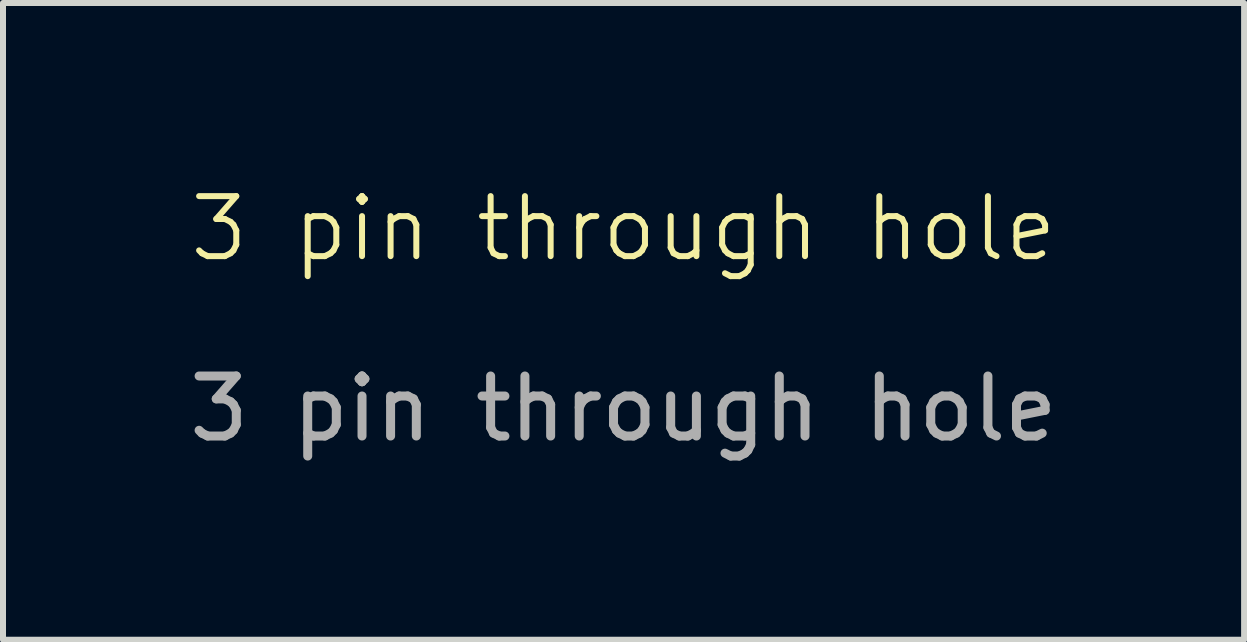
<source format=kicad_pcb>
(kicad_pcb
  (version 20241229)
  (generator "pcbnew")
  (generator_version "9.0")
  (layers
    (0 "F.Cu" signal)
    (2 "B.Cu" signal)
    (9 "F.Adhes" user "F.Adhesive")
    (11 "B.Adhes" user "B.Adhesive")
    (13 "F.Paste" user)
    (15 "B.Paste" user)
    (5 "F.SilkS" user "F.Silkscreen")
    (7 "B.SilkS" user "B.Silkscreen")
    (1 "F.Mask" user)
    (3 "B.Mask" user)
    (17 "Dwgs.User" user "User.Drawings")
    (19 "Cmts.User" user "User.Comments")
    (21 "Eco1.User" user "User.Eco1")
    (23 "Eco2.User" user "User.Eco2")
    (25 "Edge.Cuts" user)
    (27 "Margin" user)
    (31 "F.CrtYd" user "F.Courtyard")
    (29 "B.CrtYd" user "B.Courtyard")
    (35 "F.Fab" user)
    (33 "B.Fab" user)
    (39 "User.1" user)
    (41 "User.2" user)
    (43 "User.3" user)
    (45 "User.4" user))
  (footprint "3 pin through hole"
    (layer "F.Cu")
    (at 7.339 1.26)
    (property "Reference" "3 pin through hole" (at 0 -0.5 0) (unlocked yes) (layer "F.SilkS") (effects (font (size 1 1) (thickness 0.1))))
    (attr through_hole)
    (fp_text user "${REFERENCE}" (at 0 2.5 0) (unlocked yes) (layer "F.Fab") (effects (font (size 1 1) (thickness 0.15)))))
  (gr_rect
    (start -3 -3)
    (end 17.679 7.609)
    (stroke (width 0.1) (type default))
    (fill no)
    (layer "Edge.Cuts")))
</source>
